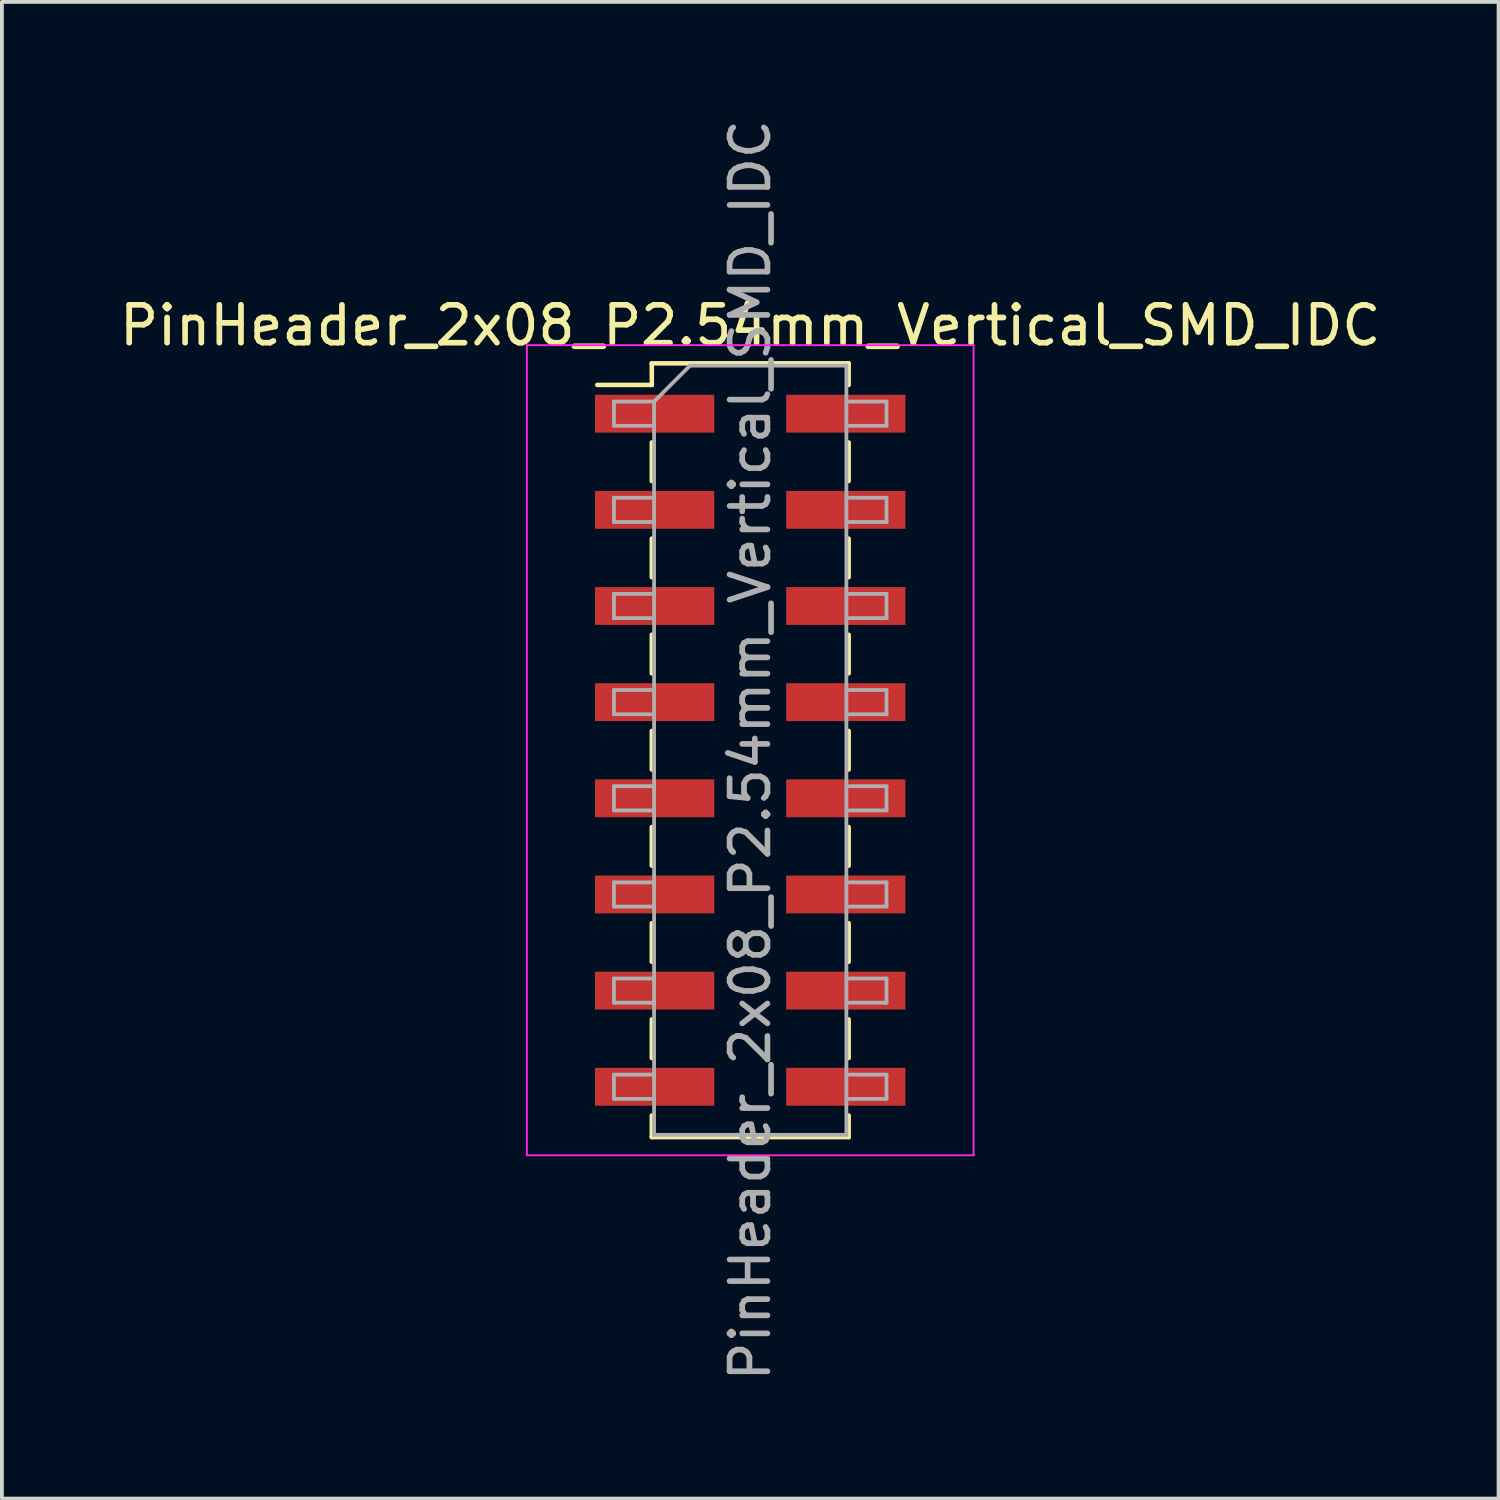
<source format=kicad_pcb>
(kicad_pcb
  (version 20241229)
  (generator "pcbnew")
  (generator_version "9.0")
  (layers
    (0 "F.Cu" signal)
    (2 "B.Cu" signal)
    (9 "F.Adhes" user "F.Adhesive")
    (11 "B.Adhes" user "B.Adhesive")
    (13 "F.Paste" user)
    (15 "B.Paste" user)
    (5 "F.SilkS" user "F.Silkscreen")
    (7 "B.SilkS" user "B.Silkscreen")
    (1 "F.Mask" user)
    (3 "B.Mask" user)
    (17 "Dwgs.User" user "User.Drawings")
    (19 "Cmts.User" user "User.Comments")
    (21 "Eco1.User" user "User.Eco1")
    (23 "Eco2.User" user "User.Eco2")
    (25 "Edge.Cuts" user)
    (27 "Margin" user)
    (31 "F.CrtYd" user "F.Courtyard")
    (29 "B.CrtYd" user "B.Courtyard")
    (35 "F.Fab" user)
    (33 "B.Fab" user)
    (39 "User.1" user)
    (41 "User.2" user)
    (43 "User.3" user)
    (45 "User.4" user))
  (footprint "PinHeader_2x08_P2.54mm_Vertical_SMD_IDC"
    (layer "F.Cu")
    (at 16.768 16.768)
    (property "Reference" "PinHeader_2x08_P2.54mm_Vertical_SMD_IDC" (at 0 -11.22 0) (layer "F.SilkS") (effects (font (size 1 1) (thickness 0.15))))
    (attr smd)
    (fp_line (start -4.04 -9.65) (end -2.6 -9.65) (stroke (width 0.12) (type solid)) (layer "F.SilkS"))
    (fp_line (start -2.6 -10.22) (end -2.6 -9.65) (stroke (width 0.12) (type solid)) (layer "F.SilkS"))
    (fp_line (start -2.6 -10.22) (end 2.6 -10.22) (stroke (width 0.12) (type solid)) (layer "F.SilkS"))
    (fp_line (start -2.6 -8.13) (end -2.6 -7.11) (stroke (width 0.12) (type solid)) (layer "F.SilkS"))
    (fp_line (start -2.6 -5.59) (end -2.6 -4.57) (stroke (width 0.12) (type solid)) (layer "F.SilkS"))
    (fp_line (start -2.6 -3.05) (end -2.6 -2.03) (stroke (width 0.12) (type solid)) (layer "F.SilkS"))
    (fp_line (start -2.6 -0.51) (end -2.6 0.51) (stroke (width 0.12) (type solid)) (layer "F.SilkS"))
    (fp_line (start -2.6 2.03) (end -2.6 3.05) (stroke (width 0.12) (type solid)) (layer "F.SilkS"))
    (fp_line (start -2.6 4.57) (end -2.6 5.59) (stroke (width 0.12) (type solid)) (layer "F.SilkS"))
    (fp_line (start -2.6 7.11) (end -2.6 8.13) (stroke (width 0.12) (type solid)) (layer "F.SilkS"))
    (fp_line (start -2.6 9.65) (end -2.6 10.22) (stroke (width 0.12) (type solid)) (layer "F.SilkS"))
    (fp_line (start -2.6 10.22) (end 2.6 10.22) (stroke (width 0.12) (type solid)) (layer "F.SilkS"))
    (fp_line (start 2.6 -10.22) (end 2.6 -9.65) (stroke (width 0.12) (type solid)) (layer "F.SilkS"))
    (fp_line (start 2.6 -8.13) (end 2.6 -7.11) (stroke (width 0.12) (type solid)) (layer "F.SilkS"))
    (fp_line (start 2.6 -5.59) (end 2.6 -4.57) (stroke (width 0.12) (type solid)) (layer "F.SilkS"))
    (fp_line (start 2.6 -3.05) (end 2.6 -2.03) (stroke (width 0.12) (type solid)) (layer "F.SilkS"))
    (fp_line (start 2.6 -0.51) (end 2.6 0.51) (stroke (width 0.12) (type solid)) (layer "F.SilkS"))
    (fp_line (start 2.6 2.03) (end 2.6 3.05) (stroke (width 0.12) (type solid)) (layer "F.SilkS"))
    (fp_line (start 2.6 4.57) (end 2.6 5.59) (stroke (width 0.12) (type solid)) (layer "F.SilkS"))
    (fp_line (start 2.6 7.11) (end 2.6 8.13) (stroke (width 0.12) (type solid)) (layer "F.SilkS"))
    (fp_line (start 2.6 9.65) (end 2.6 10.22) (stroke (width 0.12) (type solid)) (layer "F.SilkS"))
    (fp_line (start -5.9 -10.7) (end -5.9 10.7) (stroke (width 0.05) (type solid)) (layer "F.CrtYd"))
    (fp_line (start -5.9 10.7) (end 5.9 10.7) (stroke (width 0.05) (type solid)) (layer "F.CrtYd"))
    (fp_line (start 5.9 -10.7) (end -5.9 -10.7) (stroke (width 0.05) (type solid)) (layer "F.CrtYd"))
    (fp_line (start 5.9 10.7) (end 5.9 -10.7) (stroke (width 0.05) (type solid)) (layer "F.CrtYd"))
    (fp_line (start -3.6 -9.21) (end -3.6 -8.57) (stroke (width 0.1) (type solid)) (layer "F.Fab"))
    (fp_line (start -3.6 -8.57) (end -2.54 -8.57) (stroke (width 0.1) (type solid)) (layer "F.Fab"))
    (fp_line (start -3.6 -6.67) (end -3.6 -6.03) (stroke (width 0.1) (type solid)) (layer "F.Fab"))
    (fp_line (start -3.6 -6.03) (end -2.54 -6.03) (stroke (width 0.1) (type solid)) (layer "F.Fab"))
    (fp_line (start -3.6 -4.13) (end -3.6 -3.49) (stroke (width 0.1) (type solid)) (layer "F.Fab"))
    (fp_line (start -3.6 -3.49) (end -2.54 -3.49) (stroke (width 0.1) (type solid)) (layer "F.Fab"))
    (fp_line (start -3.6 -1.59) (end -3.6 -0.95) (stroke (width 0.1) (type solid)) (layer "F.Fab"))
    (fp_line (start -3.6 -0.95) (end -2.54 -0.95) (stroke (width 0.1) (type solid)) (layer "F.Fab"))
    (fp_line (start -3.6 0.95) (end -3.6 1.59) (stroke (width 0.1) (type solid)) (layer "F.Fab"))
    (fp_line (start -3.6 1.59) (end -2.54 1.59) (stroke (width 0.1) (type solid)) (layer "F.Fab"))
    (fp_line (start -3.6 3.49) (end -3.6 4.13) (stroke (width 0.1) (type solid)) (layer "F.Fab"))
    (fp_line (start -3.6 4.13) (end -2.54 4.13) (stroke (width 0.1) (type solid)) (layer "F.Fab"))
    (fp_line (start -3.6 6.03) (end -3.6 6.67) (stroke (width 0.1) (type solid)) (layer "F.Fab"))
    (fp_line (start -3.6 6.67) (end -2.54 6.67) (stroke (width 0.1) (type solid)) (layer "F.Fab"))
    (fp_line (start -3.6 8.57) (end -3.6 9.21) (stroke (width 0.1) (type solid)) (layer "F.Fab"))
    (fp_line (start -3.6 9.21) (end -2.54 9.21) (stroke (width 0.1) (type solid)) (layer "F.Fab"))
    (fp_line (start -2.54 -9.21) (end -3.6 -9.21) (stroke (width 0.1) (type solid)) (layer "F.Fab"))
    (fp_line (start -2.54 -9.21) (end -1.59 -10.16) (stroke (width 0.1) (type solid)) (layer "F.Fab"))
    (fp_line (start -2.54 -6.67) (end -3.6 -6.67) (stroke (width 0.1) (type solid)) (layer "F.Fab"))
    (fp_line (start -2.54 -4.13) (end -3.6 -4.13) (stroke (width 0.1) (type solid)) (layer "F.Fab"))
    (fp_line (start -2.54 -1.59) (end -3.6 -1.59) (stroke (width 0.1) (type solid)) (layer "F.Fab"))
    (fp_line (start -2.54 0.95) (end -3.6 0.95) (stroke (width 0.1) (type solid)) (layer "F.Fab"))
    (fp_line (start -2.54 3.49) (end -3.6 3.49) (stroke (width 0.1) (type solid)) (layer "F.Fab"))
    (fp_line (start -2.54 6.03) (end -3.6 6.03) (stroke (width 0.1) (type solid)) (layer "F.Fab"))
    (fp_line (start -2.54 8.57) (end -3.6 8.57) (stroke (width 0.1) (type solid)) (layer "F.Fab"))
    (fp_line (start -2.54 10.16) (end -2.54 -9.21) (stroke (width 0.1) (type solid)) (layer "F.Fab"))
    (fp_line (start -1.59 -10.16) (end 2.54 -10.16) (stroke (width 0.1) (type solid)) (layer "F.Fab"))
    (fp_line (start 2.54 -10.16) (end 2.54 10.16) (stroke (width 0.1) (type solid)) (layer "F.Fab"))
    (fp_line (start 2.54 -9.21) (end 3.6 -9.21) (stroke (width 0.1) (type solid)) (layer "F.Fab"))
    (fp_line (start 2.54 -6.67) (end 3.6 -6.67) (stroke (width 0.1) (type solid)) (layer "F.Fab"))
    (fp_line (start 2.54 -4.13) (end 3.6 -4.13) (stroke (width 0.1) (type solid)) (layer "F.Fab"))
    (fp_line (start 2.54 -1.59) (end 3.6 -1.59) (stroke (width 0.1) (type solid)) (layer "F.Fab"))
    (fp_line (start 2.54 0.95) (end 3.6 0.95) (stroke (width 0.1) (type solid)) (layer "F.Fab"))
    (fp_line (start 2.54 3.49) (end 3.6 3.49) (stroke (width 0.1) (type solid)) (layer "F.Fab"))
    (fp_line (start 2.54 6.03) (end 3.6 6.03) (stroke (width 0.1) (type solid)) (layer "F.Fab"))
    (fp_line (start 2.54 8.57) (end 3.6 8.57) (stroke (width 0.1) (type solid)) (layer "F.Fab"))
    (fp_line (start 2.54 10.16) (end -2.54 10.16) (stroke (width 0.1) (type solid)) (layer "F.Fab"))
    (fp_line (start 3.6 -9.21) (end 3.6 -8.57) (stroke (width 0.1) (type solid)) (layer "F.Fab"))
    (fp_line (start 3.6 -8.57) (end 2.54 -8.57) (stroke (width 0.1) (type solid)) (layer "F.Fab"))
    (fp_line (start 3.6 -6.67) (end 3.6 -6.03) (stroke (width 0.1) (type solid)) (layer "F.Fab"))
    (fp_line (start 3.6 -6.03) (end 2.54 -6.03) (stroke (width 0.1) (type solid)) (layer "F.Fab"))
    (fp_line (start 3.6 -4.13) (end 3.6 -3.49) (stroke (width 0.1) (type solid)) (layer "F.Fab"))
    (fp_line (start 3.6 -3.49) (end 2.54 -3.49) (stroke (width 0.1) (type solid)) (layer "F.Fab"))
    (fp_line (start 3.6 -1.59) (end 3.6 -0.95) (stroke (width 0.1) (type solid)) (layer "F.Fab"))
    (fp_line (start 3.6 -0.95) (end 2.54 -0.95) (stroke (width 0.1) (type solid)) (layer "F.Fab"))
    (fp_line (start 3.6 0.95) (end 3.6 1.59) (stroke (width 0.1) (type solid)) (layer "F.Fab"))
    (fp_line (start 3.6 1.59) (end 2.54 1.59) (stroke (width 0.1) (type solid)) (layer "F.Fab"))
    (fp_line (start 3.6 3.49) (end 3.6 4.13) (stroke (width 0.1) (type solid)) (layer "F.Fab"))
    (fp_line (start 3.6 4.13) (end 2.54 4.13) (stroke (width 0.1) (type solid)) (layer "F.Fab"))
    (fp_line (start 3.6 6.03) (end 3.6 6.67) (stroke (width 0.1) (type solid)) (layer "F.Fab"))
    (fp_line (start 3.6 6.67) (end 2.54 6.67) (stroke (width 0.1) (type solid)) (layer "F.Fab"))
    (fp_line (start 3.6 8.57) (end 3.6 9.21) (stroke (width 0.1) (type solid)) (layer "F.Fab"))
    (fp_line (start 3.6 9.21) (end 2.54 9.21) (stroke (width 0.1) (type solid)) (layer "F.Fab"))
    (fp_text user "${REFERENCE}" (at 0 0 90) (layer "F.Fab") (effects (font (size 1 1) (thickness 0.15))))
    (pad "1" smd rect (at -2.525 -8.89) (size 3.15 1) (layers "F.Cu" "F.Mask" "F.Paste"))
    (pad "2" smd rect (at 2.525 -8.89) (size 3.15 1) (layers "F.Cu" "F.Mask" "F.Paste"))
    (pad "3" smd rect (at -2.525 -6.35) (size 3.15 1) (layers "F.Cu" "F.Mask" "F.Paste"))
    (pad "4" smd rect (at 2.525 -6.35) (size 3.15 1) (layers "F.Cu" "F.Mask" "F.Paste"))
    (pad "5" smd rect (at -2.525 -3.81) (size 3.15 1) (layers "F.Cu" "F.Mask" "F.Paste"))
    (pad "6" smd rect (at 2.525 -3.81) (size 3.15 1) (layers "F.Cu" "F.Mask" "F.Paste"))
    (pad "7" smd rect (at -2.525 -1.27) (size 3.15 1) (layers "F.Cu" "F.Mask" "F.Paste"))
    (pad "8" smd rect (at 2.525 -1.27) (size 3.15 1) (layers "F.Cu" "F.Mask" "F.Paste"))
    (pad "9" smd rect (at -2.525 1.27) (size 3.15 1) (layers "F.Cu" "F.Mask" "F.Paste"))
    (pad "10" smd rect (at 2.525 1.27) (size 3.15 1) (layers "F.Cu" "F.Mask" "F.Paste"))
    (pad "11" smd rect (at -2.525 3.81) (size 3.15 1) (layers "F.Cu" "F.Mask" "F.Paste"))
    (pad "12" smd rect (at 2.525 3.81) (size 3.15 1) (layers "F.Cu" "F.Mask" "F.Paste"))
    (pad "13" smd rect (at -2.525 6.35) (size 3.15 1) (layers "F.Cu" "F.Mask" "F.Paste"))
    (pad "14" smd rect (at 2.525 6.35) (size 3.15 1) (layers "F.Cu" "F.Mask" "F.Paste"))
    (pad "15" smd rect (at -2.525 8.89) (size 3.15 1) (layers "F.Cu" "F.Mask" "F.Paste"))
    (pad "16" smd rect (at 2.525 8.89) (size 3.15 1) (layers "F.Cu" "F.Mask" "F.Paste")))
  (gr_rect
    (start -3 -3)
    (end 36.536 36.536)
    (stroke (width 0.1) (type default))
    (fill no)
    (layer "Edge.Cuts")))
</source>
